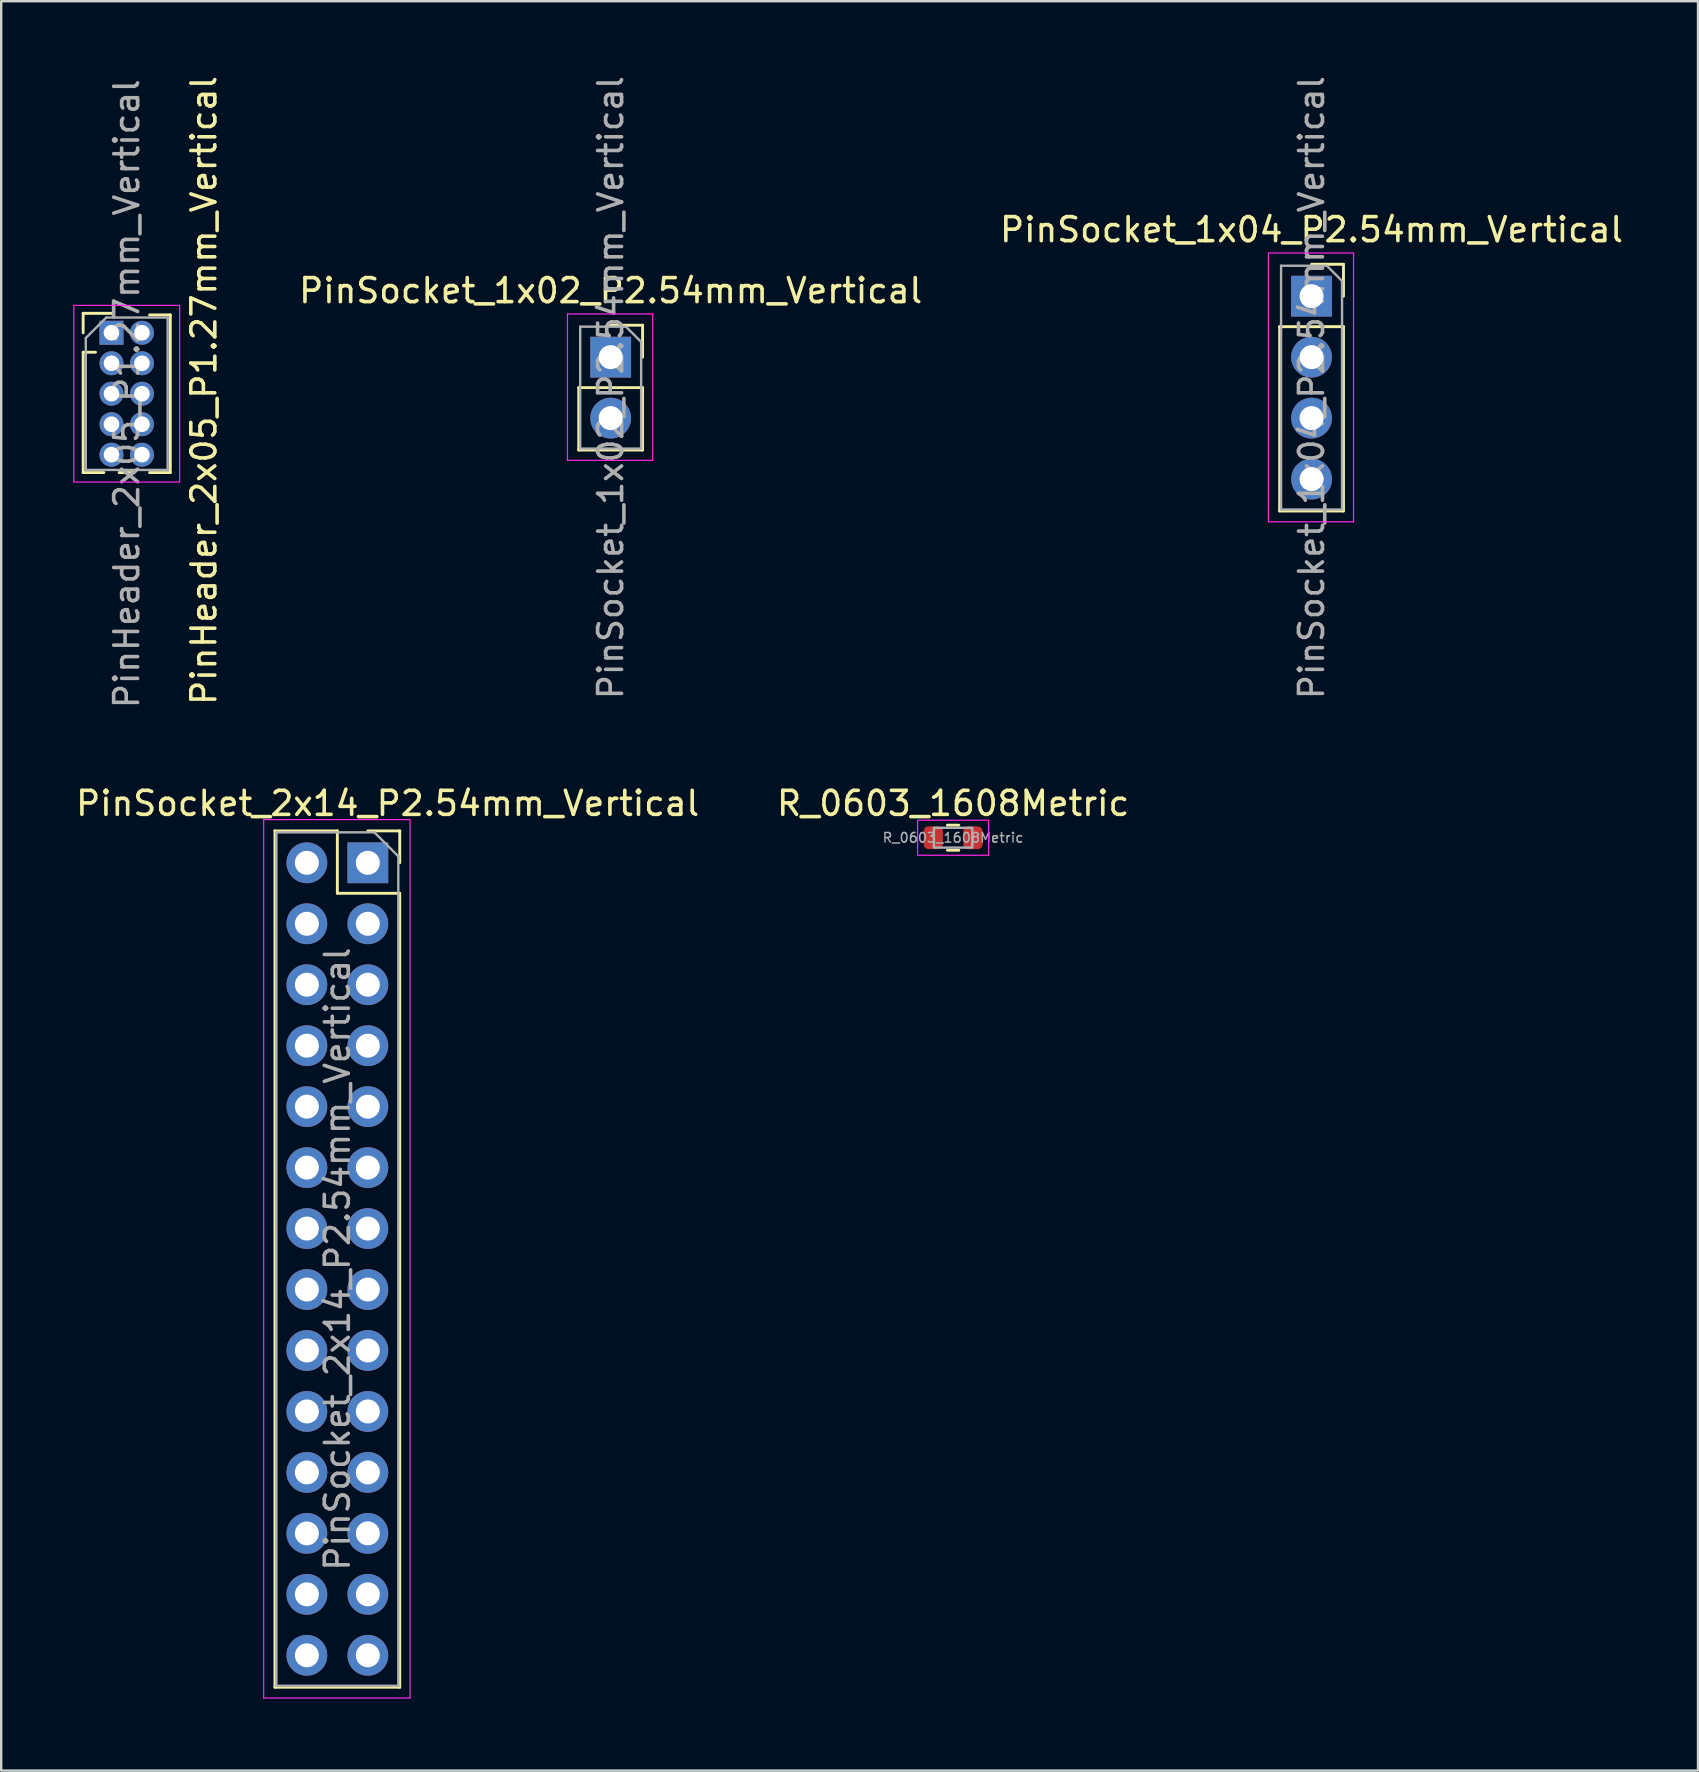
<source format=kicad_pcb>
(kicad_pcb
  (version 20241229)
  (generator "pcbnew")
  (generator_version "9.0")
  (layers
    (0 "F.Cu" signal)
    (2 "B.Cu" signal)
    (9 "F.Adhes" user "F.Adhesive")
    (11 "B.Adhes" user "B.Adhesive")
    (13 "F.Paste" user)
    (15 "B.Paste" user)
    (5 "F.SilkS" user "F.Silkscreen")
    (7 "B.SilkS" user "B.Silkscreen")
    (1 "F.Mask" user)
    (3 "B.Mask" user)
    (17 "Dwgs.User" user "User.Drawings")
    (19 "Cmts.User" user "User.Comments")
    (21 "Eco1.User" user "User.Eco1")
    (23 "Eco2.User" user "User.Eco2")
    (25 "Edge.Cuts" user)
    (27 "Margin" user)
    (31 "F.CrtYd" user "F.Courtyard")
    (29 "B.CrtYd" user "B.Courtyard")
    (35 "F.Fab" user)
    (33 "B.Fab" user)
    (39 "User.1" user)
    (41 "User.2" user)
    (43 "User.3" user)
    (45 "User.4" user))
  (footprint "PinSocket_1x04_P2.54mm_Vertical"
    (layer "F.Cu")
    (at 51.597 9.291)
    (property "Reference" "PinSocket_1x04_P2.54mm_Vertical" (at 0 -2.77 0) (layer "F.SilkS") (effects (font (size 1 1) (thickness 0.15))))
    (attr through_hole)
    (fp_line (start -1.33 1.27) (end -1.33 8.95) (stroke (width 0.12) (type solid)) (layer "F.SilkS"))
    (fp_line (start -1.33 1.27) (end 1.33 1.27) (stroke (width 0.12) (type solid)) (layer "F.SilkS"))
    (fp_line (start -1.33 8.95) (end 1.33 8.95) (stroke (width 0.12) (type solid)) (layer "F.SilkS"))
    (fp_line (start 0 -1.33) (end 1.33 -1.33) (stroke (width 0.12) (type solid)) (layer "F.SilkS"))
    (fp_line (start 1.33 -1.33) (end 1.33 0) (stroke (width 0.12) (type solid)) (layer "F.SilkS"))
    (fp_line (start 1.33 1.27) (end 1.33 8.95) (stroke (width 0.12) (type solid)) (layer "F.SilkS"))
    (fp_line (start -1.8 -1.8) (end 1.75 -1.8) (stroke (width 0.05) (type solid)) (layer "F.CrtYd"))
    (fp_line (start -1.8 9.4) (end -1.8 -1.8) (stroke (width 0.05) (type solid)) (layer "F.CrtYd"))
    (fp_line (start 1.75 -1.8) (end 1.75 9.4) (stroke (width 0.05) (type solid)) (layer "F.CrtYd"))
    (fp_line (start 1.75 9.4) (end -1.8 9.4) (stroke (width 0.05) (type solid)) (layer "F.CrtYd"))
    (fp_line (start -1.27 -1.27) (end 0.635 -1.27) (stroke (width 0.1) (type solid)) (layer "F.Fab"))
    (fp_line (start -1.27 8.89) (end -1.27 -1.27) (stroke (width 0.1) (type solid)) (layer "F.Fab"))
    (fp_line (start 0.635 -1.27) (end 1.27 -0.635) (stroke (width 0.1) (type solid)) (layer "F.Fab"))
    (fp_line (start 1.27 -0.635) (end 1.27 8.89) (stroke (width 0.1) (type solid)) (layer "F.Fab"))
    (fp_line (start 1.27 8.89) (end -1.27 8.89) (stroke (width 0.1) (type solid)) (layer "F.Fab"))
    (fp_text user "${REFERENCE}" (at 0 3.81 90) (layer "F.Fab") (effects (font (size 1 1) (thickness 0.15))))
    (pad "1" thru_hole rect (at 0 0) (size 1.7 1.7) (drill 1) (layers "*.Cu" "*.Mask"))
    (pad "2" thru_hole circle (at 0 2.54) (size 1.7 1.7) (drill 1) (layers "*.Cu" "*.Mask"))
    (pad "3" thru_hole circle (at 0 5.08) (size 1.7 1.7) (drill 1) (layers "*.Cu" "*.Mask"))
    (pad "4" thru_hole circle (at 0 7.62) (size 1.7 1.7) (drill 1) (layers "*.Cu" "*.Mask")))
  (footprint "PinSocket_1x02_P2.54mm_Vertical"
    (layer "F.Cu")
    (at 22.394 11.831)
    (property "Reference" "PinSocket_1x02_P2.54mm_Vertical" (at 0 -2.77 0) (layer "F.SilkS") (effects (font (size 1 1) (thickness 0.15))))
    (attr through_hole)
    (fp_line (start -1.33 1.27) (end -1.33 3.87) (stroke (width 0.12) (type solid)) (layer "F.SilkS"))
    (fp_line (start -1.33 1.27) (end 1.33 1.27) (stroke (width 0.12) (type solid)) (layer "F.SilkS"))
    (fp_line (start -1.33 3.87) (end 1.33 3.87) (stroke (width 0.12) (type solid)) (layer "F.SilkS"))
    (fp_line (start 0 -1.33) (end 1.33 -1.33) (stroke (width 0.12) (type solid)) (layer "F.SilkS"))
    (fp_line (start 1.33 -1.33) (end 1.33 0) (stroke (width 0.12) (type solid)) (layer "F.SilkS"))
    (fp_line (start 1.33 1.27) (end 1.33 3.87) (stroke (width 0.12) (type solid)) (layer "F.SilkS"))
    (fp_line (start -1.8 -1.8) (end 1.75 -1.8) (stroke (width 0.05) (type solid)) (layer "F.CrtYd"))
    (fp_line (start -1.8 4.3) (end -1.8 -1.8) (stroke (width 0.05) (type solid)) (layer "F.CrtYd"))
    (fp_line (start 1.75 -1.8) (end 1.75 4.3) (stroke (width 0.05) (type solid)) (layer "F.CrtYd"))
    (fp_line (start 1.75 4.3) (end -1.8 4.3) (stroke (width 0.05) (type solid)) (layer "F.CrtYd"))
    (fp_line (start -1.27 -1.27) (end 0.635 -1.27) (stroke (width 0.1) (type solid)) (layer "F.Fab"))
    (fp_line (start -1.27 3.81) (end -1.27 -1.27) (stroke (width 0.1) (type solid)) (layer "F.Fab"))
    (fp_line (start 0.635 -1.27) (end 1.27 -0.635) (stroke (width 0.1) (type solid)) (layer "F.Fab"))
    (fp_line (start 1.27 -0.635) (end 1.27 3.81) (stroke (width 0.1) (type solid)) (layer "F.Fab"))
    (fp_line (start 1.27 3.81) (end -1.27 3.81) (stroke (width 0.1) (type solid)) (layer "F.Fab"))
    (fp_text user "${REFERENCE}" (at 0 1.27 270) (layer "F.Fab") (effects (font (size 1 1) (thickness 0.15))))
    (pad "1" thru_hole rect (at 0 0) (size 1.7 1.7) (drill 1) (layers "*.Cu" "*.Mask"))
    (pad "2" thru_hole circle (at 0 2.54) (size 1.7 1.7) (drill 1) (layers "*.Cu" "*.Mask")))
  (footprint "PinHeader_2x05_P1.27mm_Vertical"
    (layer "F.Cu")
    (at 1.595 10.815)
    (property "Reference" "PinHeader_2x05_P1.27mm_Vertical" (at 3.85 2.405 90) (layer "F.SilkS") (effects (font (size 1 1) (thickness 0.15))))
    (attr through_hole)
    (fp_line (start -1.18 -0.81) (end 0 -0.81) (stroke (width 0.12) (type solid)) (layer "F.SilkS"))
    (fp_line (start -1.18 0) (end -1.18 -0.81) (stroke (width 0.12) (type solid)) (layer "F.SilkS"))
    (fp_line (start -1.18 0.81) (end -1.18 5.825) (stroke (width 0.12) (type solid)) (layer "F.SilkS"))
    (fp_line (start -1.18 0.81) (end -0.667 0.81) (stroke (width 0.12) (type solid)) (layer "F.SilkS"))
    (fp_line (start -1.18 5.825) (end -0.318 5.825) (stroke (width 0.12) (type solid)) (layer "F.SilkS"))
    (fp_line (start 0.318 5.825) (end 0.952 5.825) (stroke (width 0.12) (type solid)) (layer "F.SilkS"))
    (fp_line (start 1.588 -0.745) (end 2.45 -0.745) (stroke (width 0.12) (type solid)) (layer "F.SilkS"))
    (fp_line (start 1.588 5.825) (end 2.45 5.825) (stroke (width 0.12) (type solid)) (layer "F.SilkS"))
    (fp_line (start 2.45 -0.745) (end 2.45 5.825) (stroke (width 0.12) (type solid)) (layer "F.SilkS"))
    (fp_rect (start -1.57 -1.14) (end 2.84 6.22) (stroke (width 0.05) (type solid)) (fill no) (layer "F.CrtYd"))
    (fp_line (start -1.07 0.217) (end -0.217 -0.635) (stroke (width 0.1) (type solid)) (layer "F.Fab"))
    (fp_line (start -1.07 5.715) (end -1.07 0.217) (stroke (width 0.1) (type solid)) (layer "F.Fab"))
    (fp_line (start -0.217 -0.635) (end 2.34 -0.635) (stroke (width 0.1) (type solid)) (layer "F.Fab"))
    (fp_line (start 2.34 -0.635) (end 2.34 5.715) (stroke (width 0.1) (type solid)) (layer "F.Fab"))
    (fp_line (start 2.34 5.715) (end -1.07 5.715) (stroke (width 0.1) (type solid)) (layer "F.Fab"))
    (fp_text user "${REFERENCE}" (at 0.635 2.54 270) (layer "F.Fab") (effects (font (size 1 1) (thickness 0.15))))
    (pad "1" thru_hole rect (at 0 0) (size 1 1) (drill 0.65) (layers "*.Cu" "*.Mask"))
    (pad "2" thru_hole circle (at 1.27 0) (size 1 1) (drill 0.65) (layers "*.Cu" "*.Mask"))
    (pad "3" thru_hole circle (at 0 1.27) (size 1 1) (drill 0.65) (layers "*.Cu" "*.Mask"))
    (pad "4" thru_hole circle (at 1.27 1.27) (size 1 1) (drill 0.65) (layers "*.Cu" "*.Mask"))
    (pad "5" thru_hole circle (at 0 2.54) (size 1 1) (drill 0.65) (layers "*.Cu" "*.Mask"))
    (pad "6" thru_hole circle (at 1.27 2.54) (size 1 1) (drill 0.65) (layers "*.Cu" "*.Mask"))
    (pad "7" thru_hole circle (at 0 3.81) (size 1 1) (drill 0.65) (layers "*.Cu" "*.Mask"))
    (pad "8" thru_hole circle (at 1.27 3.81) (size 1 1) (drill 0.65) (layers "*.Cu" "*.Mask"))
    (pad "9" thru_hole circle (at 0 5.08) (size 1 1) (drill 0.65) (layers "*.Cu" "*.Mask"))
    (pad "10" thru_hole circle (at 1.27 5.08) (size 1 1) (drill 0.65) (layers "*.Cu" "*.Mask")))
  (footprint "R_0603_1608Metric"
    (layer "F.Cu")
    (at 36.661 31.854)
    (property "Reference" "R_0603_1608Metric" (at 0 -1.43 180) (layer "F.SilkS") (effects (font (size 1 1) (thickness 0.15))))
    (attr smd)
    (fp_line (start -0.237 -0.522) (end 0.237 -0.522) (stroke (width 0.12) (type solid)) (layer "F.SilkS"))
    (fp_line (start -0.237 0.522) (end 0.237 0.522) (stroke (width 0.12) (type solid)) (layer "F.SilkS"))
    (fp_rect (start -1.48 -0.73) (end 1.48 0.73) (stroke (width 0.05) (type solid)) (fill no) (layer "F.CrtYd"))
    (fp_rect (start -0.8 -0.412) (end 0.8 0.412) (stroke (width 0.1) (type solid)) (fill no) (layer "F.Fab"))
    (fp_text user "${REFERENCE}" (at 0 0 180) (layer "F.Fab") (effects (font (size 0.4 0.4) (thickness 0.06))))
    (pad "1" smd roundrect (at -0.825 0) (size 0.8 0.95) (layers "F.Cu" "F.Mask" "F.Paste") (roundrect_rratio 0.25))
    (pad "2" smd roundrect (at 0.825 0) (size 0.8 0.95) (layers "F.Cu" "F.Mask" "F.Paste") (roundrect_rratio 0.25)))
  (footprint "PinSocket_2x14_P2.54mm_Vertical"
    (layer "F.Cu")
    (at 12.276 32.899)
    (property "Reference" "PinSocket_2x14_P2.54mm_Vertical" (at 0.825 -2.475 0) (layer "F.SilkS") (effects (font (size 1 1) (thickness 0.15))))
    (attr through_hole)
    (fp_line (start -3.87 -1.33) (end -3.87 34.35) (stroke (width 0.12) (type solid)) (layer "F.SilkS"))
    (fp_line (start -3.87 -1.33) (end -1.27 -1.33) (stroke (width 0.12) (type solid)) (layer "F.SilkS"))
    (fp_line (start -3.87 34.35) (end 1.33 34.35) (stroke (width 0.12) (type solid)) (layer "F.SilkS"))
    (fp_line (start -1.27 -1.33) (end -1.27 1.27) (stroke (width 0.12) (type solid)) (layer "F.SilkS"))
    (fp_line (start -1.27 1.27) (end 1.33 1.27) (stroke (width 0.12) (type solid)) (layer "F.SilkS"))
    (fp_line (start 0 -1.33) (end 1.33 -1.33) (stroke (width 0.12) (type solid)) (layer "F.SilkS"))
    (fp_line (start 1.33 -1.33) (end 1.33 0) (stroke (width 0.12) (type solid)) (layer "F.SilkS"))
    (fp_line (start 1.33 1.27) (end 1.33 34.35) (stroke (width 0.12) (type solid)) (layer "F.SilkS"))
    (fp_line (start -4.34 -1.8) (end 1.76 -1.8) (stroke (width 0.05) (type solid)) (layer "F.CrtYd"))
    (fp_line (start -4.34 34.8) (end -4.34 -1.8) (stroke (width 0.05) (type solid)) (layer "F.CrtYd"))
    (fp_line (start 1.76 -1.8) (end 1.76 34.8) (stroke (width 0.05) (type solid)) (layer "F.CrtYd"))
    (fp_line (start 1.76 34.8) (end -4.34 34.8) (stroke (width 0.05) (type solid)) (layer "F.CrtYd"))
    (fp_line (start -3.81 -1.27) (end 0.27 -1.27) (stroke (width 0.1) (type solid)) (layer "F.Fab"))
    (fp_line (start -3.81 34.29) (end -3.81 -1.27) (stroke (width 0.1) (type solid)) (layer "F.Fab"))
    (fp_line (start 0.27 -1.27) (end 1.27 -0.27) (stroke (width 0.1) (type solid)) (layer "F.Fab"))
    (fp_line (start 1.27 -0.27) (end 1.27 34.29) (stroke (width 0.1) (type solid)) (layer "F.Fab"))
    (fp_line (start 1.27 34.29) (end -3.81 34.29) (stroke (width 0.1) (type solid)) (layer "F.Fab"))
    (fp_text user "${REFERENCE}" (at -1.27 16.51 90) (layer "F.Fab") (effects (font (size 1 1) (thickness 0.15))))
    (pad "1" thru_hole rect (at 0 0) (size 1.7 1.7) (drill 1) (layers "*.Cu" "*.Mask"))
    (pad "2" thru_hole circle (at -2.54 0) (size 1.7 1.7) (drill 1) (layers "*.Cu" "*.Mask"))
    (pad "3" thru_hole circle (at 0 2.54) (size 1.7 1.7) (drill 1) (layers "*.Cu" "*.Mask"))
    (pad "4" thru_hole circle (at -2.54 2.54) (size 1.7 1.7) (drill 1) (layers "*.Cu" "*.Mask"))
    (pad "5" thru_hole circle (at 0 5.08) (size 1.7 1.7) (drill 1) (layers "*.Cu" "*.Mask"))
    (pad "6" thru_hole circle (at -2.54 5.08) (size 1.7 1.7) (drill 1) (layers "*.Cu" "*.Mask"))
    (pad "7" thru_hole circle (at 0 7.62) (size 1.7 1.7) (drill 1) (layers "*.Cu" "*.Mask"))
    (pad "8" thru_hole circle (at -2.54 7.62) (size 1.7 1.7) (drill 1) (layers "*.Cu" "*.Mask"))
    (pad "9" thru_hole circle (at 0 10.16) (size 1.7 1.7) (drill 1) (layers "*.Cu" "*.Mask"))
    (pad "10" thru_hole circle (at -2.54 10.16) (size 1.7 1.7) (drill 1) (layers "*.Cu" "*.Mask"))
    (pad "11" thru_hole circle (at 0 12.7) (size 1.7 1.7) (drill 1) (layers "*.Cu" "*.Mask"))
    (pad "12" thru_hole circle (at -2.54 12.7) (size 1.7 1.7) (drill 1) (layers "*.Cu" "*.Mask"))
    (pad "13" thru_hole circle (at 0 15.24) (size 1.7 1.7) (drill 1) (layers "*.Cu" "*.Mask"))
    (pad "14" thru_hole circle (at -2.54 15.24) (size 1.7 1.7) (drill 1) (layers "*.Cu" "*.Mask"))
    (pad "15" thru_hole circle (at 0 17.78) (size 1.7 1.7) (drill 1) (layers "*.Cu" "*.Mask"))
    (pad "16" thru_hole circle (at -2.54 17.78) (size 1.7 1.7) (drill 1) (layers "*.Cu" "*.Mask"))
    (pad "17" thru_hole circle (at 0 20.32) (size 1.7 1.7) (drill 1) (layers "*.Cu" "*.Mask"))
    (pad "18" thru_hole circle (at -2.54 20.32) (size 1.7 1.7) (drill 1) (layers "*.Cu" "*.Mask"))
    (pad "19" thru_hole circle (at 0 22.86) (size 1.7 1.7) (drill 1) (layers "*.Cu" "*.Mask"))
    (pad "20" thru_hole circle (at -2.54 22.86) (size 1.7 1.7) (drill 1) (layers "*.Cu" "*.Mask"))
    (pad "21" thru_hole circle (at 0 25.4) (size 1.7 1.7) (drill 1) (layers "*.Cu" "*.Mask"))
    (pad "22" thru_hole circle (at -2.54 25.4) (size 1.7 1.7) (drill 1) (layers "*.Cu" "*.Mask"))
    (pad "23" thru_hole circle (at 0 27.94) (size 1.7 1.7) (drill 1) (layers "*.Cu" "*.Mask"))
    (pad "24" thru_hole circle (at -2.54 27.94) (size 1.7 1.7) (drill 1) (layers "*.Cu" "*.Mask"))
    (pad "25" thru_hole circle (at 0 30.48) (size 1.7 1.7) (drill 1) (layers "*.Cu" "*.Mask"))
    (pad "26" thru_hole circle (at -2.54 30.48) (size 1.7 1.7) (drill 1) (layers "*.Cu" "*.Mask"))
    (pad "27" thru_hole circle (at 0 33.02) (size 1.7 1.7) (drill 1) (layers "*.Cu" "*.Mask"))
    (pad "28" thru_hole circle (at -2.54 33.02) (size 1.7 1.7) (drill 1) (layers "*.Cu" "*.Mask")))
  (gr_rect
    (start -3 -3)
    (end 67.698 70.724)
    (stroke (width 0.1) (type default))
    (fill no)
    (layer "Edge.Cuts")))
</source>
